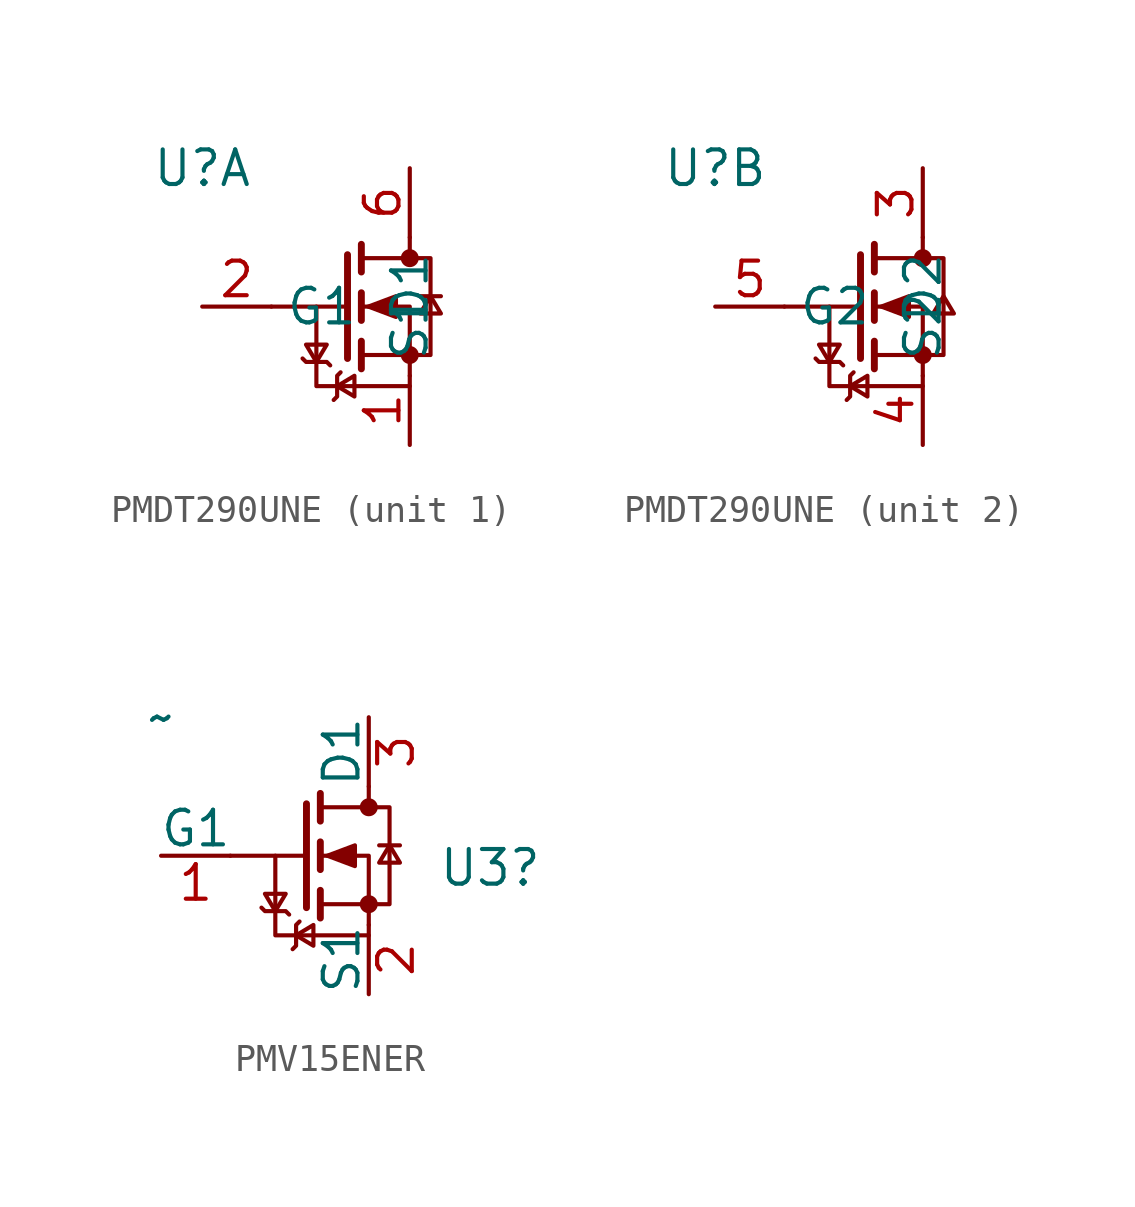
<source format=kicad_sym>
(kicad_symbol_lib
  (version 20220914)
  (generator kicad_symbol_editor)
  (symbol "PMDT290UNE"
    (property "Reference" "U"
      (at 0 0 0)
      (effects (font (size 1.27 1.27))))
    (property "Value" ""
      (at 0 0 0)
      (effects (font (size 1.27 1.27))))
    (property "ki_locked" ""
      (at 0 0 0)
      (effects (font (size 1.27 1.27))))
    (symbol "PMDT290UNE_0_1"
      (polyline (pts (xy 5.334 -5.08) (xy 2.54 -5.08)) (stroke (width 0) (type default)) (fill (type none)))
      (polyline (pts (xy 5.334 -3.175) (xy 5.334 -6.985)) (stroke (width 0.254) (type default)) (fill (type none)))
      (polyline (pts (xy 5.842 -6.35) (xy 5.842 -7.366)) (stroke (width 0.254) (type default)) (fill (type none)))
      (polyline (pts (xy 5.842 -4.572) (xy 5.842 -5.588)) (stroke (width 0.254) (type default)) (fill (type none)))
      (polyline (pts (xy 5.842 -2.794) (xy 5.842 -3.81)) (stroke (width 0.254) (type default)) (fill (type none)))
      (polyline (pts (xy 7.62 -2.54) (xy 7.62 -3.302)) (stroke (width 0) (type default)) (fill (type none)))
      (polyline (pts (xy 7.62 -7.62) (xy 7.62 -5.08) (xy 5.842 -5.08)) (stroke (width 0) (type default)) (fill (type none)))
      (polyline (pts (xy 4.191 -7.112) (xy 4.572 -6.477) (xy 3.81 -6.477) (xy 4.191 -7.112)) (stroke (width 0) (type default)) (fill (type none)))
      (polyline (pts (xy 4.699 -7.239) (xy 4.572 -7.112) (xy 3.81 -7.112) (xy 3.683 -6.985)) (stroke (width 0) (type default)) (fill (type none)))
      (polyline (pts (xy 4.826 -8.509) (xy 4.953 -8.382) (xy 4.953 -7.62) (xy 5.08 -7.493)) (stroke (width 0) (type default)) (fill (type none)))
      (polyline (pts (xy 4.953 -8.001) (xy 5.588 -8.382) (xy 5.588 -7.62) (xy 4.953 -8.001)) (stroke (width 0) (type default)) (fill (type none)))
      (polyline (pts (xy 5.842 -6.858) (xy 8.382 -6.858) (xy 8.382 -3.302) (xy 5.842 -3.302)) (stroke (width 0) (type default)) (fill (type none)))
      (polyline (pts (xy 6.096 -5.08) (xy 7.112 -4.699) (xy 7.112 -5.461) (xy 6.096 -5.08)) (stroke (width 0) (type default)) (fill (type outline)))
      (polyline (pts (xy 8.382 -4.699) (xy 8.001 -5.334) (xy 8.763 -5.334) (xy 8.382 -4.699)) (stroke (width 0) (type default)) (fill (type none)))
      (circle (center 7.62 -6.858) (radius 0.254) (stroke (width 0) (type default)) (fill (type outline)))
      (circle (center 7.62 -3.302) (radius 0.254) (stroke (width 0) (type default)) (fill (type outline))))
    (symbol "PMDT290UNE_1_1"
      (polyline (pts (xy 8.001 -4.699) (xy 8.763 -4.699)) (stroke (width 0) (type default)) (fill (type none)))
      (polyline (pts (xy 4.191 -5.08) (xy 4.191 -8.001) (xy 7.62 -8.001)) (stroke (width 0) (type default)) (fill (type none)))
      (pin passive line (at 7.62 -10.16 90) (length 2.54) (name "S1" (effects (font (size 1.27 1.27)))) (number "1" (effects (font (size 1.27 1.27)))))
      (pin input line (at 0 -5.08 0) (length 2.54) (name "G1" (effects (font (size 1.27 1.27)))) (number "2" (effects (font (size 1.27 1.27)))))
      (pin passive line (at 7.62 0 270) (length 2.54) (name "D1" (effects (font (size 1.27 1.27)))) (number "6" (effects (font (size 1.27 1.27))))))
    (symbol "PMDT290UNE_2_1"
      (polyline (pts (xy 4.191 -5.08) (xy 4.191 -8.001) (xy 7.62 -8.001)) (stroke (width 0) (type default)) (fill (type none)))
      (pin passive line (at 7.62 0 270) (length 2.54) (name "D2" (effects (font (size 1.27 1.27)))) (number "3" (effects (font (size 1.27 1.27)))))
      (pin passive line (at 7.62 -10.16 90) (length 2.54) (name "S2" (effects (font (size 1.27 1.27)))) (number "4" (effects (font (size 1.27 1.27)))))
      (pin input line (at 0 -5.08 0) (length 2.54) (name "G2" (effects (font (size 1.27 1.27)))) (number "5" (effects (font (size 1.27 1.27)))))))
  (symbol "PMV15ENER"
    (pin_names
      (offset 0))
    (property "Reference" "U3"
      (at 10.16 -5.524 0)
      (effects (font (size 1.27 1.27)) (justify left)))
    (property "Value" "~"
      (at 0 0 0)
      (effects (font (size 1.27 1.27))))
    (symbol "PMV15ENER_0_1"
      (polyline (pts (xy 5.334 -5.08) (xy 2.54 -5.08)) (stroke (width 0) (type default)) (fill (type none)))
      (polyline (pts (xy 5.334 -3.175) (xy 5.334 -6.985)) (stroke (width 0.254) (type default)) (fill (type none)))
      (polyline (pts (xy 5.842 -6.35) (xy 5.842 -7.366)) (stroke (width 0.254) (type default)) (fill (type none)))
      (polyline (pts (xy 5.842 -4.572) (xy 5.842 -5.588)) (stroke (width 0.254) (type default)) (fill (type none)))
      (polyline (pts (xy 5.842 -2.794) (xy 5.842 -3.81)) (stroke (width 0.254) (type default)) (fill (type none)))
      (polyline (pts (xy 7.62 -2.54) (xy 7.62 -3.302)) (stroke (width 0) (type default)) (fill (type none)))
      (polyline (pts (xy 7.62 -7.62) (xy 7.62 -5.08) (xy 5.842 -5.08)) (stroke (width 0) (type default)) (fill (type none)))
      (polyline (pts (xy 4.191 -7.112) (xy 4.572 -6.477) (xy 3.81 -6.477) (xy 4.191 -7.112)) (stroke (width 0) (type default)) (fill (type none)))
      (polyline (pts (xy 4.699 -7.239) (xy 4.572 -7.112) (xy 3.81 -7.112) (xy 3.683 -6.985)) (stroke (width 0) (type default)) (fill (type none)))
      (polyline (pts (xy 4.826 -8.509) (xy 4.953 -8.382) (xy 4.953 -7.62) (xy 5.08 -7.493)) (stroke (width 0) (type default)) (fill (type none)))
      (polyline (pts (xy 4.953 -8.001) (xy 5.588 -8.382) (xy 5.588 -7.62) (xy 4.953 -8.001)) (stroke (width 0) (type default)) (fill (type none)))
      (polyline (pts (xy 5.842 -6.858) (xy 8.382 -6.858) (xy 8.382 -3.302) (xy 5.842 -3.302)) (stroke (width 0) (type default)) (fill (type none)))
      (polyline (pts (xy 6.096 -5.08) (xy 7.112 -4.699) (xy 7.112 -5.461) (xy 6.096 -5.08)) (stroke (width 0) (type default)) (fill (type outline)))
      (polyline (pts (xy 8.382 -4.699) (xy 8.001 -5.334) (xy 8.763 -5.334) (xy 8.382 -4.699)) (stroke (width 0) (type default)) (fill (type none)))
      (circle (center 7.62 -6.858) (radius 0.254) (stroke (width 0) (type default)) (fill (type outline)))
      (circle (center 7.62 -3.302) (radius 0.254) (stroke (width 0) (type default)) (fill (type outline))))
    (symbol "PMV15ENER_1_1"
      (polyline (pts (xy 8.001 -4.699) (xy 8.763 -4.699)) (stroke (width 0) (type default)) (fill (type none)))
      (polyline (pts (xy 4.191 -5.08) (xy 4.191 -8.001) (xy 7.62 -8.001)) (stroke (width 0) (type default)) (fill (type none)))
      (pin input line (at 0 -5.08 0) (length 2.54) (name "G1" (effects (font (size 1.27 1.27)))) (number "1" (effects (font (size 1.27 1.27)))))
      (pin passive line (at 7.62 -10.16 90) (length 2.54) (name "S1" (effects (font (size 1.27 1.27)))) (number "2" (effects (font (size 1.27 1.27)))))
      (pin passive line (at 7.62 0 270) (length 2.54) (name "D1" (effects (font (size 1.27 1.27)))) (number "3" (effects (font (size 1.27 1.27))))))))
</source>
